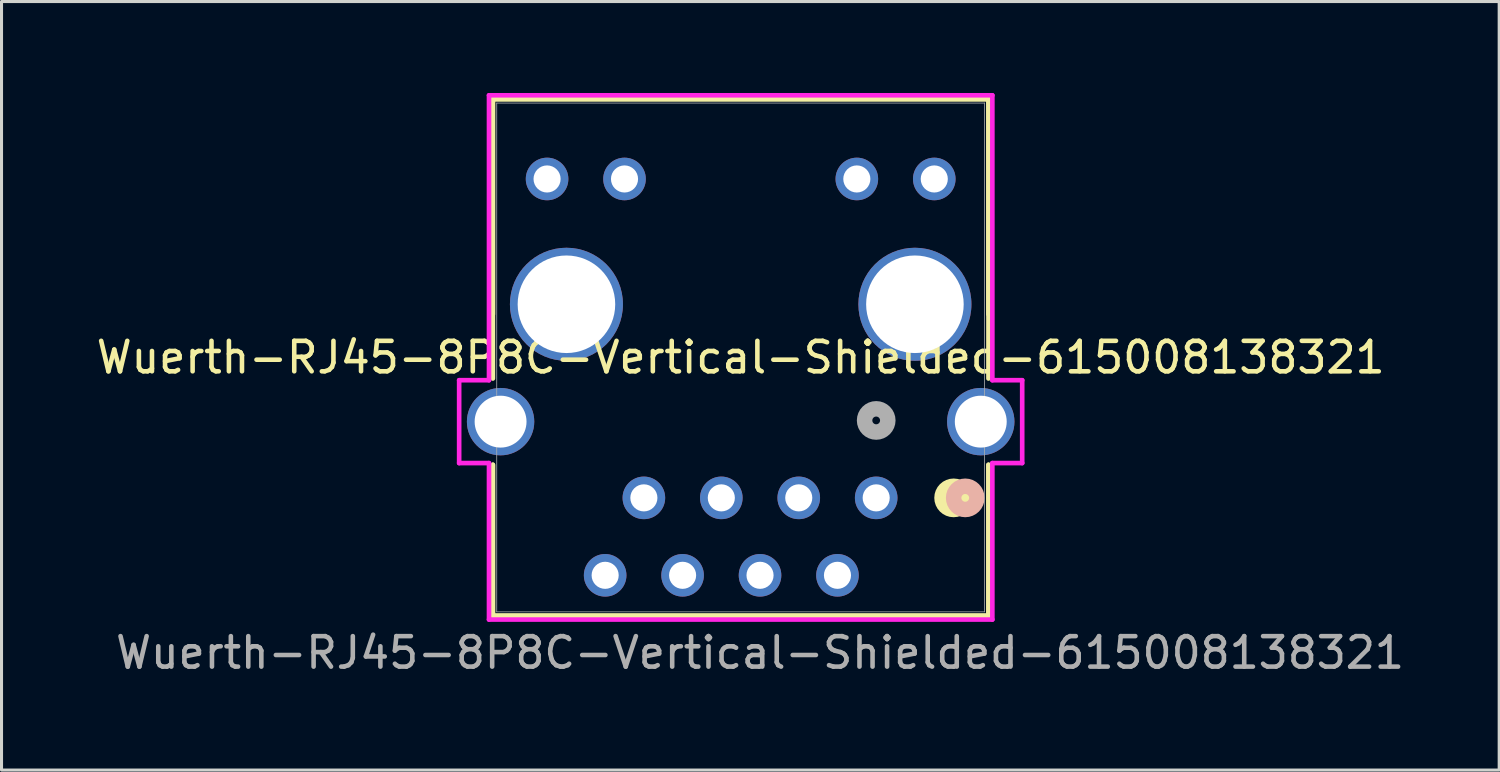
<source format=kicad_pcb>
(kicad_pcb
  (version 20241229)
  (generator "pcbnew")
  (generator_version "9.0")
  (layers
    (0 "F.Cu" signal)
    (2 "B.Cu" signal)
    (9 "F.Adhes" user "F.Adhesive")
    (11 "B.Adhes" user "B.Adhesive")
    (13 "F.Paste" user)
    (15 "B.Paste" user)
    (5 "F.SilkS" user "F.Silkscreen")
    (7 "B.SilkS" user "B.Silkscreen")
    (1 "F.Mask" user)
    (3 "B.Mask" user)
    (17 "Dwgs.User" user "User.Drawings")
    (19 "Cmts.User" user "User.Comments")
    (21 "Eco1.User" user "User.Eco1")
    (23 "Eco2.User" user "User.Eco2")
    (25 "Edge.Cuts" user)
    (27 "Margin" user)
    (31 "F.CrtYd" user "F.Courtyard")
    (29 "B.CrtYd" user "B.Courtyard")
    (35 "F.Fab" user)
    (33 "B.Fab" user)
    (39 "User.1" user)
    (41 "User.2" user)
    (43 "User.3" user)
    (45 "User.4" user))
  (footprint "Wuerth-RJ45-8P8C-Vertical-Shielded-615008138321"
    (layer "F.Cu")
    (at 25.689 13.28)
    (property "Reference" "Wuerth-RJ45-8P8C-Vertical-Shielded-615008138321" (at -4.445 -4.606 0) (unlocked yes) (layer "F.SilkS") (effects (font (size 1 1) (thickness 0.15))))
    (attr through_hole)
    (fp_line (start -12.573 -13.077) (end -12.573 -6.021) (stroke (width 0.152) (type solid)) (layer "F.SilkS"))
    (fp_line (start -12.573 -13.077) (end -12.573 -3.915) (stroke (width 0.152) (type solid)) (layer "F.SilkS"))
    (fp_line (start -12.573 -1.085) (end -12.573 3.865) (stroke (width 0.152) (type solid)) (layer "F.SilkS"))
    (fp_line (start -12.573 -1.085) (end -12.573 3.865) (stroke (width 0.152) (type solid)) (layer "F.SilkS"))
    (fp_line (start -12.573 3.865) (end 3.683 3.865) (stroke (width 0.152) (type solid)) (layer "F.SilkS"))
    (fp_line (start -12.573 3.865) (end 3.683 3.865) (stroke (width 0.152) (type solid)) (layer "F.SilkS"))
    (fp_line (start 3.683 -13.077) (end -12.573 -13.077) (stroke (width 0.152) (type solid)) (layer "F.SilkS"))
    (fp_line (start 3.683 -13.077) (end -12.573 -13.077) (stroke (width 0.152) (type solid)) (layer "F.SilkS"))
    (fp_line (start 3.683 -6.021) (end 3.683 -13.077) (stroke (width 0.152) (type solid)) (layer "F.SilkS"))
    (fp_line (start 3.683 -3.915) (end 3.683 -13.077) (stroke (width 0.152) (type solid)) (layer "F.SilkS"))
    (fp_line (start 3.683 3.865) (end 3.683 -1.085) (stroke (width 0.152) (type solid)) (layer "F.SilkS"))
    (fp_line (start 3.683 3.865) (end 3.683 -1.085) (stroke (width 0.152) (type solid)) (layer "F.SilkS"))
    (fp_circle (center 2.54 0) (end 2.921 0) (stroke (width 0.508) (type solid)) (fill no) (layer "F.SilkS"))
    (fp_circle (center 2.921 0) (end 3.302 0) (stroke (width 0.508) (type solid)) (fill no) (layer "B.SilkS"))
    (fp_line (start -13.679 -3.859) (end -13.679 -1.141) (stroke (width 0.152) (type solid)) (layer "F.CrtYd"))
    (fp_line (start -13.679 -1.141) (end -12.7 -1.141) (stroke (width 0.152) (type solid)) (layer "F.CrtYd"))
    (fp_line (start -12.7 -13.204) (end -12.7 -3.859) (stroke (width 0.152) (type solid)) (layer "F.CrtYd"))
    (fp_line (start -12.7 -3.859) (end -13.679 -3.859) (stroke (width 0.152) (type solid)) (layer "F.CrtYd"))
    (fp_line (start -12.7 -1.141) (end -12.7 3.992) (stroke (width 0.152) (type solid)) (layer "F.CrtYd"))
    (fp_line (start -12.7 3.992) (end 3.81 3.992) (stroke (width 0.152) (type solid)) (layer "F.CrtYd"))
    (fp_line (start 3.81 -13.204) (end -12.7 -13.204) (stroke (width 0.152) (type solid)) (layer "F.CrtYd"))
    (fp_line (start 3.81 -3.859) (end 3.81 -13.204) (stroke (width 0.152) (type solid)) (layer "F.CrtYd"))
    (fp_line (start 3.81 -1.141) (end 4.789 -1.141) (stroke (width 0.152) (type solid)) (layer "F.CrtYd"))
    (fp_line (start 3.81 3.992) (end 3.81 -1.141) (stroke (width 0.152) (type solid)) (layer "F.CrtYd"))
    (fp_line (start 4.789 -3.859) (end 3.81 -3.859) (stroke (width 0.152) (type solid)) (layer "F.CrtYd"))
    (fp_line (start 4.789 -1.141) (end 4.789 -3.859) (stroke (width 0.152) (type solid)) (layer "F.CrtYd"))
    (fp_line (start -12.446 -12.95) (end -12.446 3.738) (stroke (width 0.025) (type solid)) (layer "F.Fab"))
    (fp_line (start -12.446 3.738) (end 3.556 3.738) (stroke (width 0.025) (type solid)) (layer "F.Fab"))
    (fp_line (start 3.556 -12.95) (end -12.446 -12.95) (stroke (width 0.025) (type solid)) (layer "F.Fab"))
    (fp_line (start 3.556 3.738) (end 3.556 -12.95) (stroke (width 0.025) (type solid)) (layer "F.Fab"))
    (fp_circle (center 0 -2.54) (end 0.381 -2.54) (stroke (width 0.508) (type solid)) (fill no) (layer "F.Fab"))
    (fp_text user "${REFERENCE}" (at -3.81 5.08 0) (unlocked yes) (layer "F.Fab") (effects (font (size 1 1) (thickness 0.15))))
    (pad "1" thru_hole circle (at 0 0) (size 1.397 1.397) (drill 0.889) (layers "*.Cu" "*.Mask"))
    (pad "2" thru_hole circle (at -2.54 0) (size 1.397 1.397) (drill 0.889) (layers "*.Cu" "*.Mask"))
    (pad "3" thru_hole circle (at -5.08 0) (size 1.397 1.397) (drill 0.889) (layers "*.Cu" "*.Mask"))
    (pad "4" thru_hole circle (at -7.62 0) (size 1.397 1.397) (drill 0.889) (layers "*.Cu" "*.Mask"))
    (pad "5" thru_hole circle (at -1.27 2.54) (size 1.397 1.397) (drill 0.889) (layers "*.Cu" "*.Mask"))
    (pad "6" thru_hole circle (at -3.81 2.54) (size 1.397 1.397) (drill 0.889) (layers "*.Cu" "*.Mask"))
    (pad "7" thru_hole circle (at -6.35 2.54) (size 1.397 1.397) (drill 0.889) (layers "*.Cu" "*.Mask"))
    (pad "8" thru_hole circle (at -8.89 2.54) (size 1.397 1.397) (drill 0.889) (layers "*.Cu" "*.Mask"))
    (pad "9" thru_hole circle (at -10.795 -10.46) (size 1.397 1.397) (drill 0.889) (layers "*.Cu" "*.Mask"))
    (pad "10" thru_hole circle (at -8.255 -10.46) (size 1.397 1.397) (drill 0.889) (layers "*.Cu" "*.Mask"))
    (pad "11" thru_hole circle (at -0.635 -10.46) (size 1.397 1.397) (drill 0.889) (layers "*.Cu" "*.Mask"))
    (pad "12" thru_hole circle (at 1.905 -10.46) (size 1.397 1.397) (drill 0.889) (layers "*.Cu" "*.Mask"))
    (pad "13" thru_hole circle (at -10.16 -6.35) (size 3.708 3.708) (drill 3.2) (layers "*.Cu" "*.Mask"))
    (pad "14" thru_hole circle (at 1.27 -6.35) (size 3.708 3.708) (drill 3.2) (layers "*.Cu" "*.Mask"))
    (pad "15" thru_hole circle (at -12.32 -2.5) (size 2.21 2.21) (drill 1.702) (layers "*.Cu" "*.Mask"))
    (pad "16" thru_hole circle (at 3.43 -2.5) (size 2.21 2.21) (drill 1.702) (layers "*.Cu" "*.Mask")))
  (gr_rect
    (start -3 -3)
    (end 46.123 22.208)
    (stroke (width 0.1) (type default))
    (fill no)
    (layer "Edge.Cuts")))
</source>
